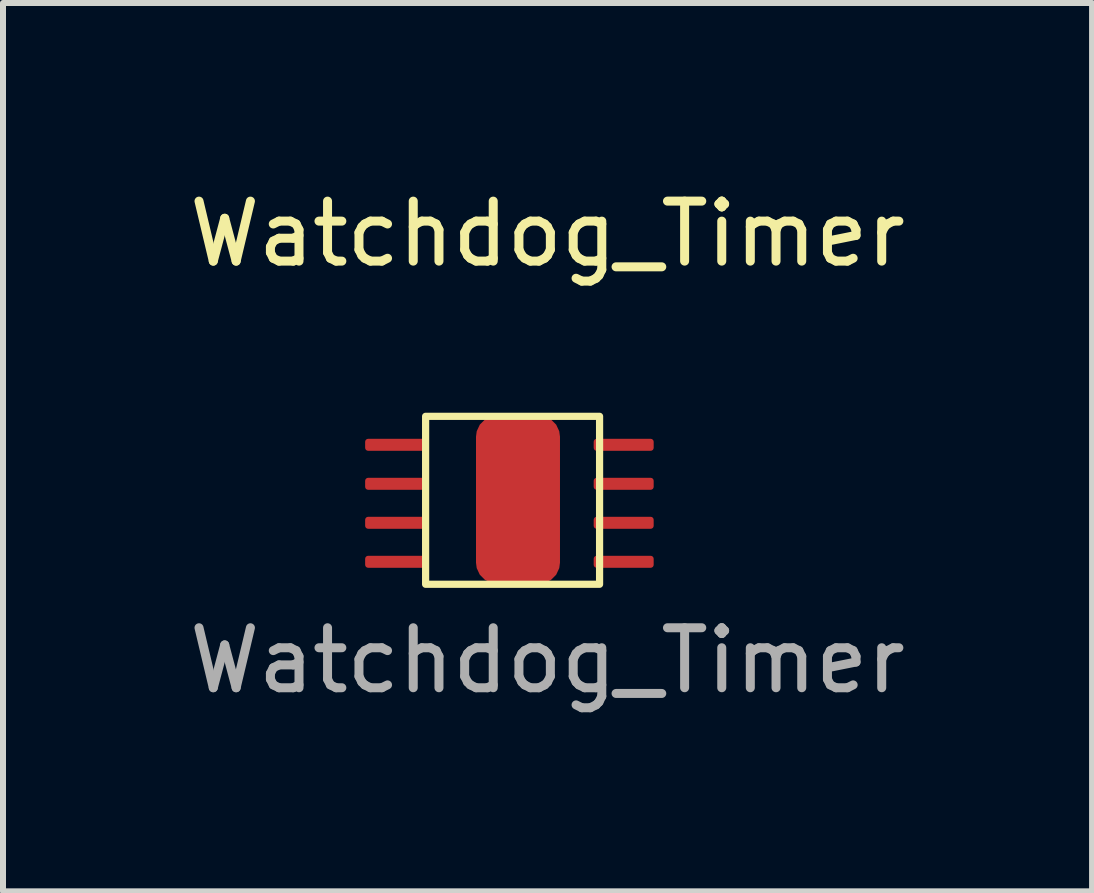
<source format=kicad_pcb>
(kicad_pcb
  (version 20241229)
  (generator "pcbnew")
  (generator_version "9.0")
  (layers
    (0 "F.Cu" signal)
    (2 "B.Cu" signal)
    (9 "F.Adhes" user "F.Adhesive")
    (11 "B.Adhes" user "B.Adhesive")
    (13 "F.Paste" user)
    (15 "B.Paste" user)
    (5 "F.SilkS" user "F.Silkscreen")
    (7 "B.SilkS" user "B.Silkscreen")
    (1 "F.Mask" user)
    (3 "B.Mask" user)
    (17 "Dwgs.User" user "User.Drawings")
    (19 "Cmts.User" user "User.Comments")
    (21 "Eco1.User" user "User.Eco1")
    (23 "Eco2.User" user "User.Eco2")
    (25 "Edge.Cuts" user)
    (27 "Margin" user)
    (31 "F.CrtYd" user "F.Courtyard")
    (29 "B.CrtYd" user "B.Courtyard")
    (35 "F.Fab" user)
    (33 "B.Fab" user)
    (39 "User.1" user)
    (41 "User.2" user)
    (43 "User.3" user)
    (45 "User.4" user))
  (footprint "Watchdog_Timer"
    (layer "F.Cu")
    (at 4.045 6.69)
    (property "Reference" "Watchdog_Timer" (at 2.032 -5.842 0) (unlocked yes) (layer "F.SilkS") (effects (font (size 1 1) (thickness 0.15))))
    (attr smd)
    (fp_rect (start 0 -2.8) (end 2.9 0) (stroke (width 0.12) (type solid)) (fill no) (layer "F.SilkS"))
    (fp_text user "${REFERENCE}" (at 2.032 1.27 0) (unlocked yes) (layer "F.Fab") (effects (font (size 1 1) (thickness 0.15))))
    (pad "1" smd roundrect (at -0.508 -2.325) (size 1 0.2) (layers "F.Cu" "F.Mask" "F.Paste") (roundrect_rratio 0.25))
    (pad "2" smd roundrect (at -0.508 -1.675) (size 1 0.2) (layers "F.Cu" "F.Mask" "F.Paste") (roundrect_rratio 0.25))
    (pad "3" smd roundrect (at -0.508 -1.025) (size 1 0.2) (layers "F.Cu" "F.Mask" "F.Paste") (roundrect_rratio 0.25))
    (pad "4" smd roundrect (at -0.508 -0.375) (size 1 0.2) (layers "F.Cu" "F.Mask" "F.Paste") (roundrect_rratio 0.25))
    (pad "5" smd roundrect (at 3.302 -0.375) (size 1 0.2) (layers "F.Cu" "F.Mask" "F.Paste") (roundrect_rratio 0.25))
    (pad "6" smd roundrect (at 3.302 -1.025) (size 1 0.2) (layers "F.Cu" "F.Mask" "F.Paste") (roundrect_rratio 0.25))
    (pad "7" smd roundrect (at 3.302 -1.675) (size 1 0.2) (layers "F.Cu" "F.Mask" "F.Paste") (roundrect_rratio 0.25))
    (pad "8" smd roundrect (at 3.302 -2.325) (size 1 0.2) (layers "F.Cu" "F.Mask" "F.Paste") (roundrect_rratio 0.25))
    (pad "9" smd roundrect (at 1.54 -1.41) (size 1.4 2.8) (layers "F.Cu" "F.Mask" "F.Paste") (roundrect_rratio 0.25)))
  (gr_rect
    (start -3 -3)
    (end 15.155 11.809)
    (stroke (width 0.1) (type default))
    (fill no)
    (layer "Edge.Cuts")))
</source>
